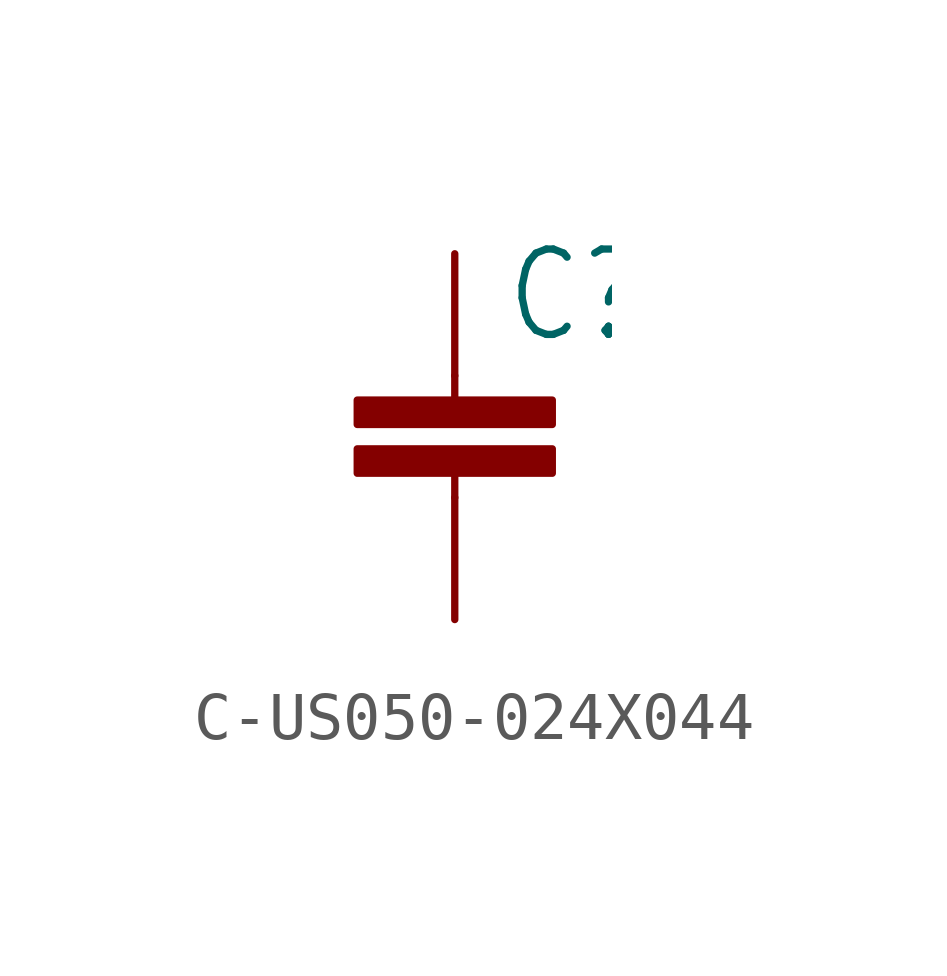
<source format=kicad_sym>
(kicad_symbol_lib
  (version 20231120)
  (generator "kicad_symbol_editor")
  (generator_version "8.99")
  (symbol "C-US050-024X044"
    (property "Reference" "C"
      (at 1.016 0.635 0)
      (effects (font (size 1.778 1.511)) (justify left bottom)))
    (property "Value" ""
      (at 1.016 -4.191 0)
      (effects (font (size 1.778 1.511)) (justify left bottom)))
    (property "ki_locked" ""
      (at 0 0 0)
      (effects (font (size 1.27 1.27))))
    (symbol "C-US050-024X044_1_0"
      (rectangle (start -2.032 -2.032) (end 2.032 -1.524) (stroke (width 0) (type default)) (fill (type outline)))
      (rectangle (start -2.032 -1.016) (end 2.032 -0.508) (stroke (width 0) (type default)) (fill (type outline)))
      (polyline (pts (xy 0 -2.54) (xy 0 -2.032)) (stroke (width 0.152) (type solid)) (fill (type none)))
      (polyline (pts (xy 0 0) (xy 0 -0.508)) (stroke (width 0.152) (type solid)) (fill (type none)))
      (pin passive line (at 0 2.54 270) (length 2.54) (name "1" (effects (font (size 0 0)))) (number "1" (effects (font (size 0 0)))))
      (pin passive line (at 0 -5.08 90) (length 2.54) (name "2" (effects (font (size 0 0)))) (number "2" (effects (font (size 0 0))))))))
</source>
